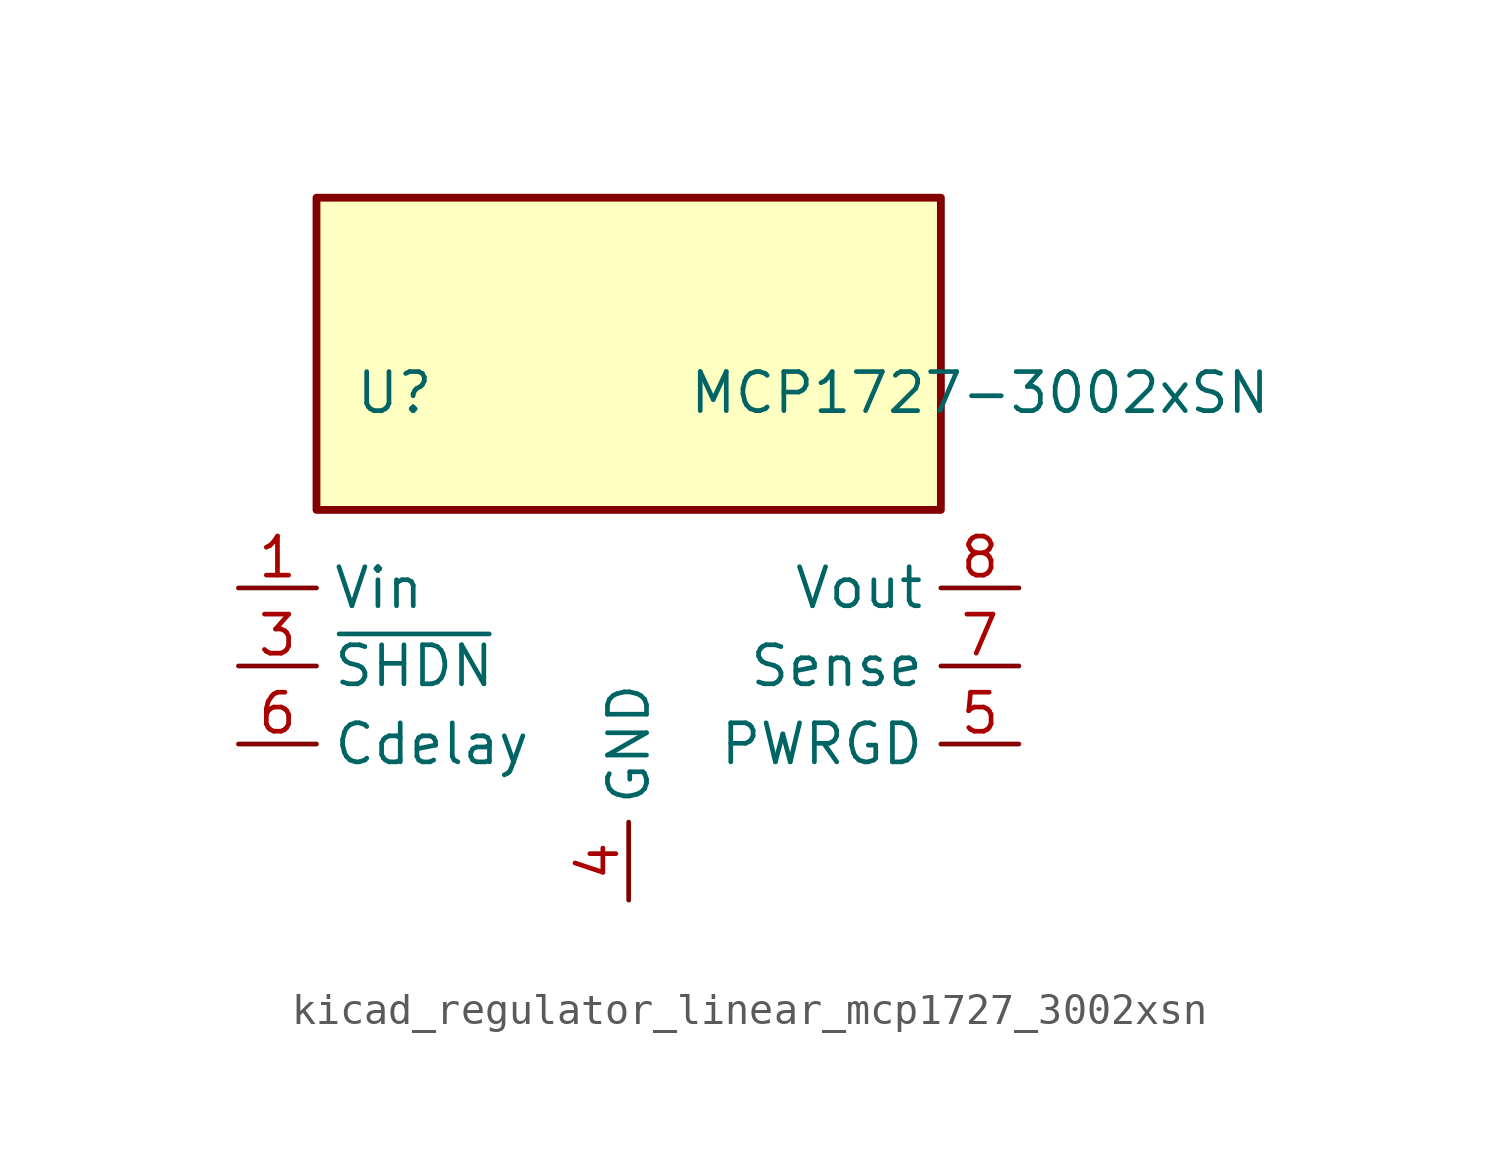
<source format=kicad_sym>
(kicad_symbol_lib
  (version 20220914)
  (generator kicad_symbol_editor)
  (symbol "kicad_regulator_linear_mcp1727_3002xsn"
    (property "Reference" "U"
      (at -7.62 8.89 0)
      (effects (font (size 1.27 1.27))))
    (property "Value" "MCP1727-3002xSN"
      (at 11.43 8.89 0)
      (effects (font (size 1.27 1.27))))
    (symbol "kicad_regulator_linear_mcp1727_3002xsn_0_0"
      (pin open_collector line (at 12.7 -2.54 180) (length 2.54) (name "PWRGD" (effects (font (size 1.27 1.27)))) (number "5" (effects (font (size 1.27 1.27)))))
      (pin input line (at -12.7 -2.54 0) (length 2.54) (name "Cdelay" (effects (font (size 1.27 1.27)))) (number "6" (effects (font (size 1.27 1.27)))))
      (pin input line (at 12.7 0 180) (length 2.54) (name "Sense" (effects (font (size 1.27 1.27)))) (number "7" (effects (font (size 1.27 1.27)))))
      (pin power_out line (at 12.7 2.54 180) (length 2.54) (name "Vout" (effects (font (size 1.27 1.27)))) (number "8" (effects (font (size 1.27 1.27))))))
    (symbol "kicad_regulator_linear_mcp1727_3002xsn_0_1"
      (rectangle (start 10.16 15.24) (end -10.16 5.08) (stroke (width 0.254) (type default)) (fill (type background))))
    (symbol "kicad_regulator_linear_mcp1727_3002xsn_1_1"
      (pin power_in line (at -12.7 2.54 0) (length 2.54) (name "Vin" (effects (font (size 1.27 1.27)))) (number "1" (effects (font (size 1.27 1.27)))))
      (pin passive line (at -12.7 2.54 0) (length 2.54) hide (name "Vin" (effects (font (size 1.27 1.27)))) (number "2" (effects (font (size 1.27 1.27)))))
      (pin input line (at -12.7 0 0) (length 2.54) (name "~{SHDN}" (effects (font (size 1.27 1.27)))) (number "3" (effects (font (size 1.27 1.27)))))
      (pin power_in line (at 0 -7.62 90) (length 2.54) (name "GND" (effects (font (size 1.27 1.27)))) (number "4" (effects (font (size 1.27 1.27))))))))
</source>
